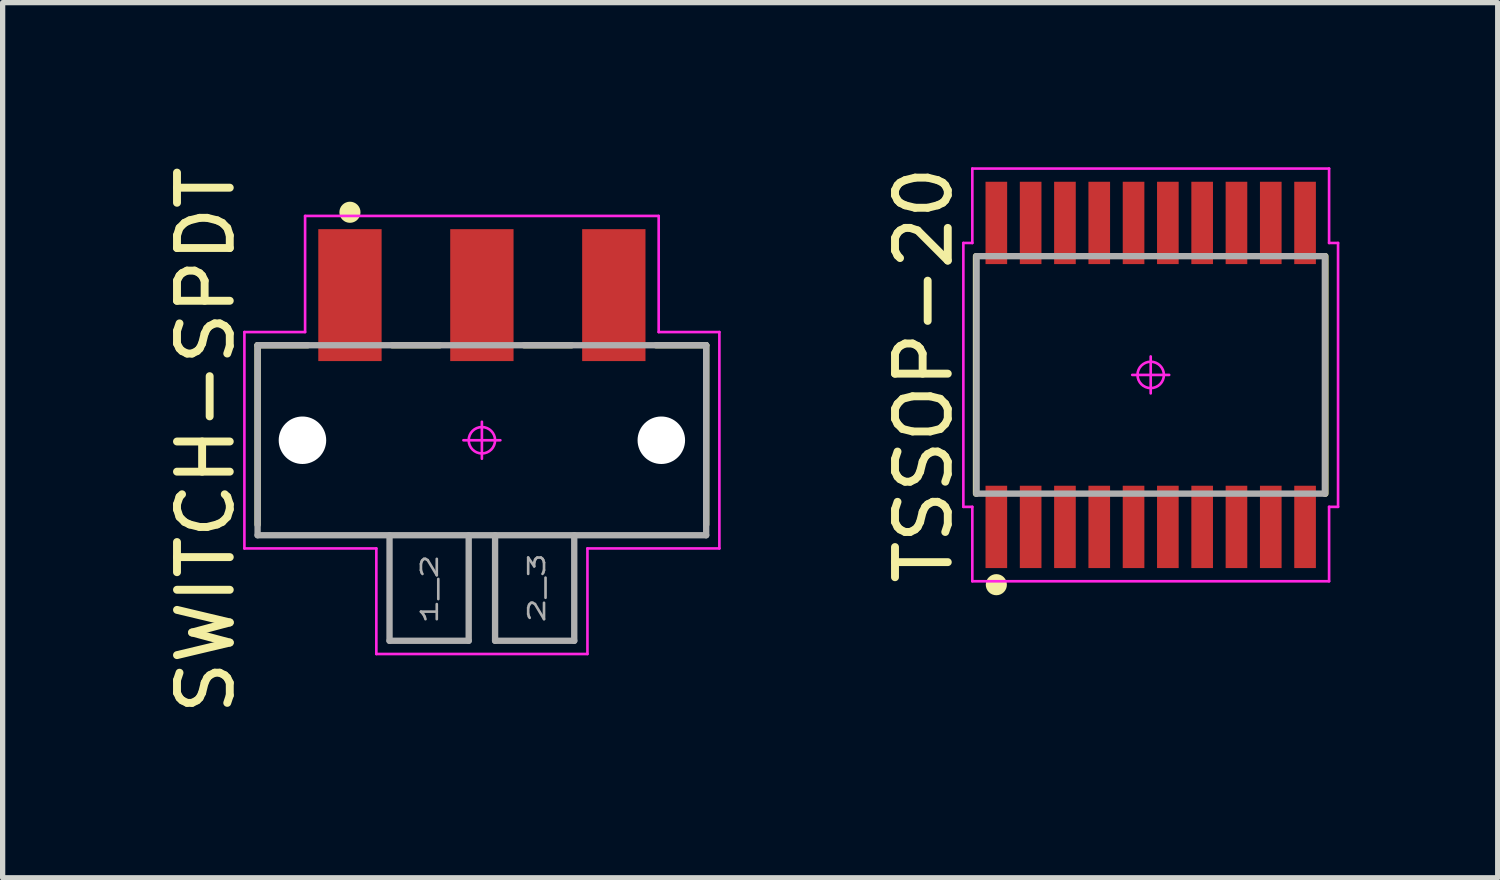
<source format=kicad_pcb>
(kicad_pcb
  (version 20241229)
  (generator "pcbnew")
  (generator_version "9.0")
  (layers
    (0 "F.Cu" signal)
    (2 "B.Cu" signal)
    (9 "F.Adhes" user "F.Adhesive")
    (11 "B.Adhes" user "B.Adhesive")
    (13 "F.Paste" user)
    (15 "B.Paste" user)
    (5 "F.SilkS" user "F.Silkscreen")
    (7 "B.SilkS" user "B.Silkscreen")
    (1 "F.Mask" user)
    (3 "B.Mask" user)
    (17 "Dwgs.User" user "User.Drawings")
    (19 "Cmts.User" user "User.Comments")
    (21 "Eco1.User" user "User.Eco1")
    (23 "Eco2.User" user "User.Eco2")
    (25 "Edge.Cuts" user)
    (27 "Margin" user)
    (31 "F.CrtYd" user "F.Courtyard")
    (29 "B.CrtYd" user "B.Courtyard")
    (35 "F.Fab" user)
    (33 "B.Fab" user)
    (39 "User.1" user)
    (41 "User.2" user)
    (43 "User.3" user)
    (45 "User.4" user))
  (footprint "SWITCH-SPDT"
    (layer "F.Cu")
    (at 6.081 5.292)
    (property "Reference" "SWITCH-SPDT" (at -5.232 0 90) (layer "F.SilkS") (effects (font (size 1 1) (thickness 0.15))))
    (attr through_hole)
    (fp_line (start -4.25 -1.8) (end -3.3 -1.8) (stroke (width 0.12) (type solid)) (layer "F.SilkS"))
    (fp_line (start -4.25 1.6) (end -4.25 -1.8) (stroke (width 0.12) (type solid)) (layer "F.SilkS"))
    (fp_line (start -1.7 -1.8) (end -0.8 -1.8) (stroke (width 0.12) (type solid)) (layer "F.SilkS"))
    (fp_line (start 0.8 -1.8) (end 1.7 -1.8) (stroke (width 0.12) (type solid)) (layer "F.SilkS"))
    (fp_line (start 3.3 -1.8) (end 4.25 -1.8) (stroke (width 0.12) (type solid)) (layer "F.SilkS"))
    (fp_line (start 4.25 -1.8) (end 4.25 1.6) (stroke (width 0.12) (type solid)) (layer "F.SilkS"))
    (fp_circle (center -2.5 -4.32) (end -2.4 -4.32) (stroke (width 0.2) (type solid)) (fill no) (layer "F.SilkS"))
    (fp_line (start -4.5 -2.05) (end -3.35 -2.05) (stroke (width 0.05) (type solid)) (layer "F.CrtYd"))
    (fp_line (start -4.5 2.05) (end -4.5 -2.05) (stroke (width 0.05) (type solid)) (layer "F.CrtYd"))
    (fp_line (start -4.5 2.05) (end -2 2.05) (stroke (width 0.05) (type solid)) (layer "F.CrtYd"))
    (fp_line (start -3.35 -4.25) (end 3.35 -4.25) (stroke (width 0.05) (type solid)) (layer "F.CrtYd"))
    (fp_line (start -3.35 -2.05) (end -3.35 -4.25) (stroke (width 0.05) (type solid)) (layer "F.CrtYd"))
    (fp_line (start -2 4.05) (end -2 2.05) (stroke (width 0.05) (type solid)) (layer "F.CrtYd"))
    (fp_line (start -2 4.05) (end 2 4.05) (stroke (width 0.05) (type solid)) (layer "F.CrtYd"))
    (fp_line (start -0.35 0) (end 0.35 0) (stroke (width 0.05) (type solid)) (layer "F.CrtYd"))
    (fp_line (start 0 -0.35) (end 0 0.35) (stroke (width 0.05) (type solid)) (layer "F.CrtYd"))
    (fp_line (start 2 2.05) (end 4.5 2.05) (stroke (width 0.05) (type solid)) (layer "F.CrtYd"))
    (fp_line (start 2 4.05) (end 2 2.05) (stroke (width 0.05) (type solid)) (layer "F.CrtYd"))
    (fp_line (start 3.35 -4.25) (end 3.35 -2.05) (stroke (width 0.05) (type solid)) (layer "F.CrtYd"))
    (fp_line (start 4.5 -2.05) (end 3.35 -2.05) (stroke (width 0.05) (type solid)) (layer "F.CrtYd"))
    (fp_line (start 4.5 -2.05) (end 4.5 2.05) (stroke (width 0.05) (type solid)) (layer "F.CrtYd"))
    (fp_circle (center 0 0) (end -0.25 0) (stroke (width 0.05) (type solid)) (fill no) (layer "F.CrtYd"))
    (fp_line (start -4.25 -1.8) (end 4.25 -1.8) (stroke (width 0.12) (type solid)) (layer "F.Fab"))
    (fp_line (start -4.25 1.8) (end -4.25 -1.8) (stroke (width 0.12) (type solid)) (layer "F.Fab"))
    (fp_line (start -1.75 1.8) (end -1.75 3.8) (stroke (width 0.12) (type solid)) (layer "F.Fab"))
    (fp_line (start -1.75 3.8) (end -0.25 3.8) (stroke (width 0.12) (type solid)) (layer "F.Fab"))
    (fp_line (start -0.25 3.8) (end -0.25 1.8) (stroke (width 0.12) (type solid)) (layer "F.Fab"))
    (fp_line (start 0.25 1.8) (end 0.25 3.8) (stroke (width 0.12) (type solid)) (layer "F.Fab"))
    (fp_line (start 0.25 3.8) (end 1.75 3.8) (stroke (width 0.12) (type solid)) (layer "F.Fab"))
    (fp_line (start 1.75 3.8) (end 1.75 1.8) (stroke (width 0.12) (type solid)) (layer "F.Fab"))
    (fp_line (start 4.25 -1.8) (end 4.25 1.8) (stroke (width 0.12) (type solid)) (layer "F.Fab"))
    (fp_line (start 4.25 1.8) (end -4.25 1.8) (stroke (width 0.12) (type solid)) (layer "F.Fab"))
    (fp_text user "1_2" (at -0.991 2.819 90) (layer "F.Fab") (effects (font (size 0.3 0.5) (thickness 0.05))))
    (fp_text user "2_3" (at 1.041 2.794 90) (layer "F.Fab") (effects (font (size 0.3 0.5) (thickness 0.05))))
    (pad "" np_thru_hole circle (at -3.4 0) (size 0.9 0.9) (drill 0.9) (layers "*.Cu" "*.Mask"))
    (pad "" np_thru_hole circle (at 3.4 0) (size 0.9 0.9) (drill 0.9) (layers "*.Cu" "*.Mask"))
    (pad "1" smd rect (at -2.5 -2.75) (size 1.2 2.5) (layers "F.Cu" "F.Mask" "F.Paste"))
    (pad "2" smd rect (at 0 -2.75) (size 1.2 2.5) (layers "F.Cu" "F.Mask" "F.Paste"))
    (pad "3" smd rect (at 2.5 -2.75) (size 1.2 2.5) (layers "F.Cu" "F.Mask" "F.Paste")))
  (footprint "TSSOP-20"
    (layer "F.Cu")
    (at 18.754 4.054)
    (property "Reference" "TSSOP-20" (at -4.3 0 90) (layer "F.SilkS") (effects (font (size 1 1) (thickness 0.15))))
    (attr through_hole)
    (fp_line (start -3.31 2.25) (end -3.31 -2.25) (stroke (width 0.12) (type solid)) (layer "F.SilkS"))
    (fp_line (start 3.31 2.25) (end 3.31 -2.25) (stroke (width 0.12) (type solid)) (layer "F.SilkS"))
    (fp_circle (center -2.925 3.975) (end -2.825 3.975) (stroke (width 0.2) (type solid)) (fill no) (layer "F.SilkS"))
    (fp_line (start -3.55 -2.5) (end -3.55 2.5) (stroke (width 0.05) (type solid)) (layer "F.CrtYd"))
    (fp_line (start -3.55 2.5) (end -3.38 2.5) (stroke (width 0.05) (type solid)) (layer "F.CrtYd"))
    (fp_line (start -3.38 -3.91) (end -3.38 -2.5) (stroke (width 0.05) (type solid)) (layer "F.CrtYd"))
    (fp_line (start -3.38 -2.5) (end -3.55 -2.5) (stroke (width 0.05) (type solid)) (layer "F.CrtYd"))
    (fp_line (start -3.38 2.5) (end -3.38 3.91) (stroke (width 0.05) (type solid)) (layer "F.CrtYd"))
    (fp_line (start -3.38 3.91) (end 3.38 3.91) (stroke (width 0.05) (type solid)) (layer "F.CrtYd"))
    (fp_line (start -0.35 0) (end 0.35 0) (stroke (width 0.05) (type solid)) (layer "F.CrtYd"))
    (fp_line (start 0 -0.35) (end 0 0.35) (stroke (width 0.05) (type solid)) (layer "F.CrtYd"))
    (fp_line (start 3.38 -3.91) (end -3.38 -3.91) (stroke (width 0.05) (type solid)) (layer "F.CrtYd"))
    (fp_line (start 3.38 -2.5) (end 3.38 -3.91) (stroke (width 0.05) (type solid)) (layer "F.CrtYd"))
    (fp_line (start 3.38 2.5) (end 3.55 2.5) (stroke (width 0.05) (type solid)) (layer "F.CrtYd"))
    (fp_line (start 3.38 3.91) (end 3.38 2.5) (stroke (width 0.05) (type solid)) (layer "F.CrtYd"))
    (fp_line (start 3.55 -2.5) (end 3.38 -2.5) (stroke (width 0.05) (type solid)) (layer "F.CrtYd"))
    (fp_line (start 3.55 2.5) (end 3.55 -2.5) (stroke (width 0.05) (type solid)) (layer "F.CrtYd"))
    (fp_circle (center 0 0) (end -0.25 0) (stroke (width 0.05) (type solid)) (fill no) (layer "F.CrtYd"))
    (fp_line (start -3.3 -2.25) (end -3.3 2.25) (stroke (width 0.12) (type solid)) (layer "F.Fab"))
    (fp_line (start -3.3 2.25) (end 3.3 2.25) (stroke (width 0.12) (type solid)) (layer "F.Fab"))
    (fp_line (start 3.3 -2.25) (end -3.3 -2.25) (stroke (width 0.12) (type solid)) (layer "F.Fab"))
    (fp_line (start 3.3 2.25) (end 3.3 -2.25) (stroke (width 0.12) (type solid)) (layer "F.Fab"))
    (pad "1" smd rect (at -2.925 2.88) (size 0.41 1.56) (layers "F.Cu" "F.Mask" "F.Paste"))
    (pad "2" smd rect (at -2.275 2.88) (size 0.41 1.56) (layers "F.Cu" "F.Mask" "F.Paste"))
    (pad "3" smd rect (at -1.625 2.88) (size 0.41 1.56) (layers "F.Cu" "F.Mask" "F.Paste"))
    (pad "4" smd rect (at -0.975 2.88) (size 0.41 1.56) (layers "F.Cu" "F.Mask" "F.Paste"))
    (pad "5" smd rect (at -0.325 2.88) (size 0.41 1.56) (layers "F.Cu" "F.Mask" "F.Paste"))
    (pad "6" smd rect (at 0.325 2.88) (size 0.41 1.56) (layers "F.Cu" "F.Mask" "F.Paste"))
    (pad "7" smd rect (at 0.975 2.88) (size 0.41 1.56) (layers "F.Cu" "F.Mask" "F.Paste"))
    (pad "8" smd rect (at 1.625 2.88) (size 0.41 1.56) (layers "F.Cu" "F.Mask" "F.Paste"))
    (pad "9" smd rect (at 2.275 2.88) (size 0.41 1.56) (layers "F.Cu" "F.Mask" "F.Paste"))
    (pad "10" smd rect (at 2.925 2.88) (size 0.41 1.56) (layers "F.Cu" "F.Mask" "F.Paste"))
    (pad "11" smd rect (at 2.925 -2.88) (size 0.41 1.56) (layers "F.Cu" "F.Mask" "F.Paste"))
    (pad "12" smd rect (at 2.275 -2.88) (size 0.41 1.56) (layers "F.Cu" "F.Mask" "F.Paste"))
    (pad "13" smd rect (at 1.625 -2.88) (size 0.41 1.56) (layers "F.Cu" "F.Mask" "F.Paste"))
    (pad "14" smd rect (at 0.975 -2.88) (size 0.41 1.56) (layers "F.Cu" "F.Mask" "F.Paste"))
    (pad "15" smd rect (at 0.325 -2.88) (size 0.41 1.56) (layers "F.Cu" "F.Mask" "F.Paste"))
    (pad "16" smd rect (at -0.325 -2.88) (size 0.41 1.56) (layers "F.Cu" "F.Mask" "F.Paste"))
    (pad "17" smd rect (at -0.975 -2.88) (size 0.41 1.56) (layers "F.Cu" "F.Mask" "F.Paste"))
    (pad "18" smd rect (at -1.625 -2.88) (size 0.41 1.56) (layers "F.Cu" "F.Mask" "F.Paste"))
    (pad "19" smd rect (at -2.275 -2.88) (size 0.41 1.56) (layers "F.Cu" "F.Mask" "F.Paste"))
    (pad "20" smd rect (at -2.925 -2.88) (size 0.41 1.56) (layers "F.Cu" "F.Mask" "F.Paste")))
  (gr_rect
    (start -3 -3)
    (end 25.329 13.583)
    (stroke (width 0.1) (type default))
    (fill no)
    (layer "Edge.Cuts")))
</source>
